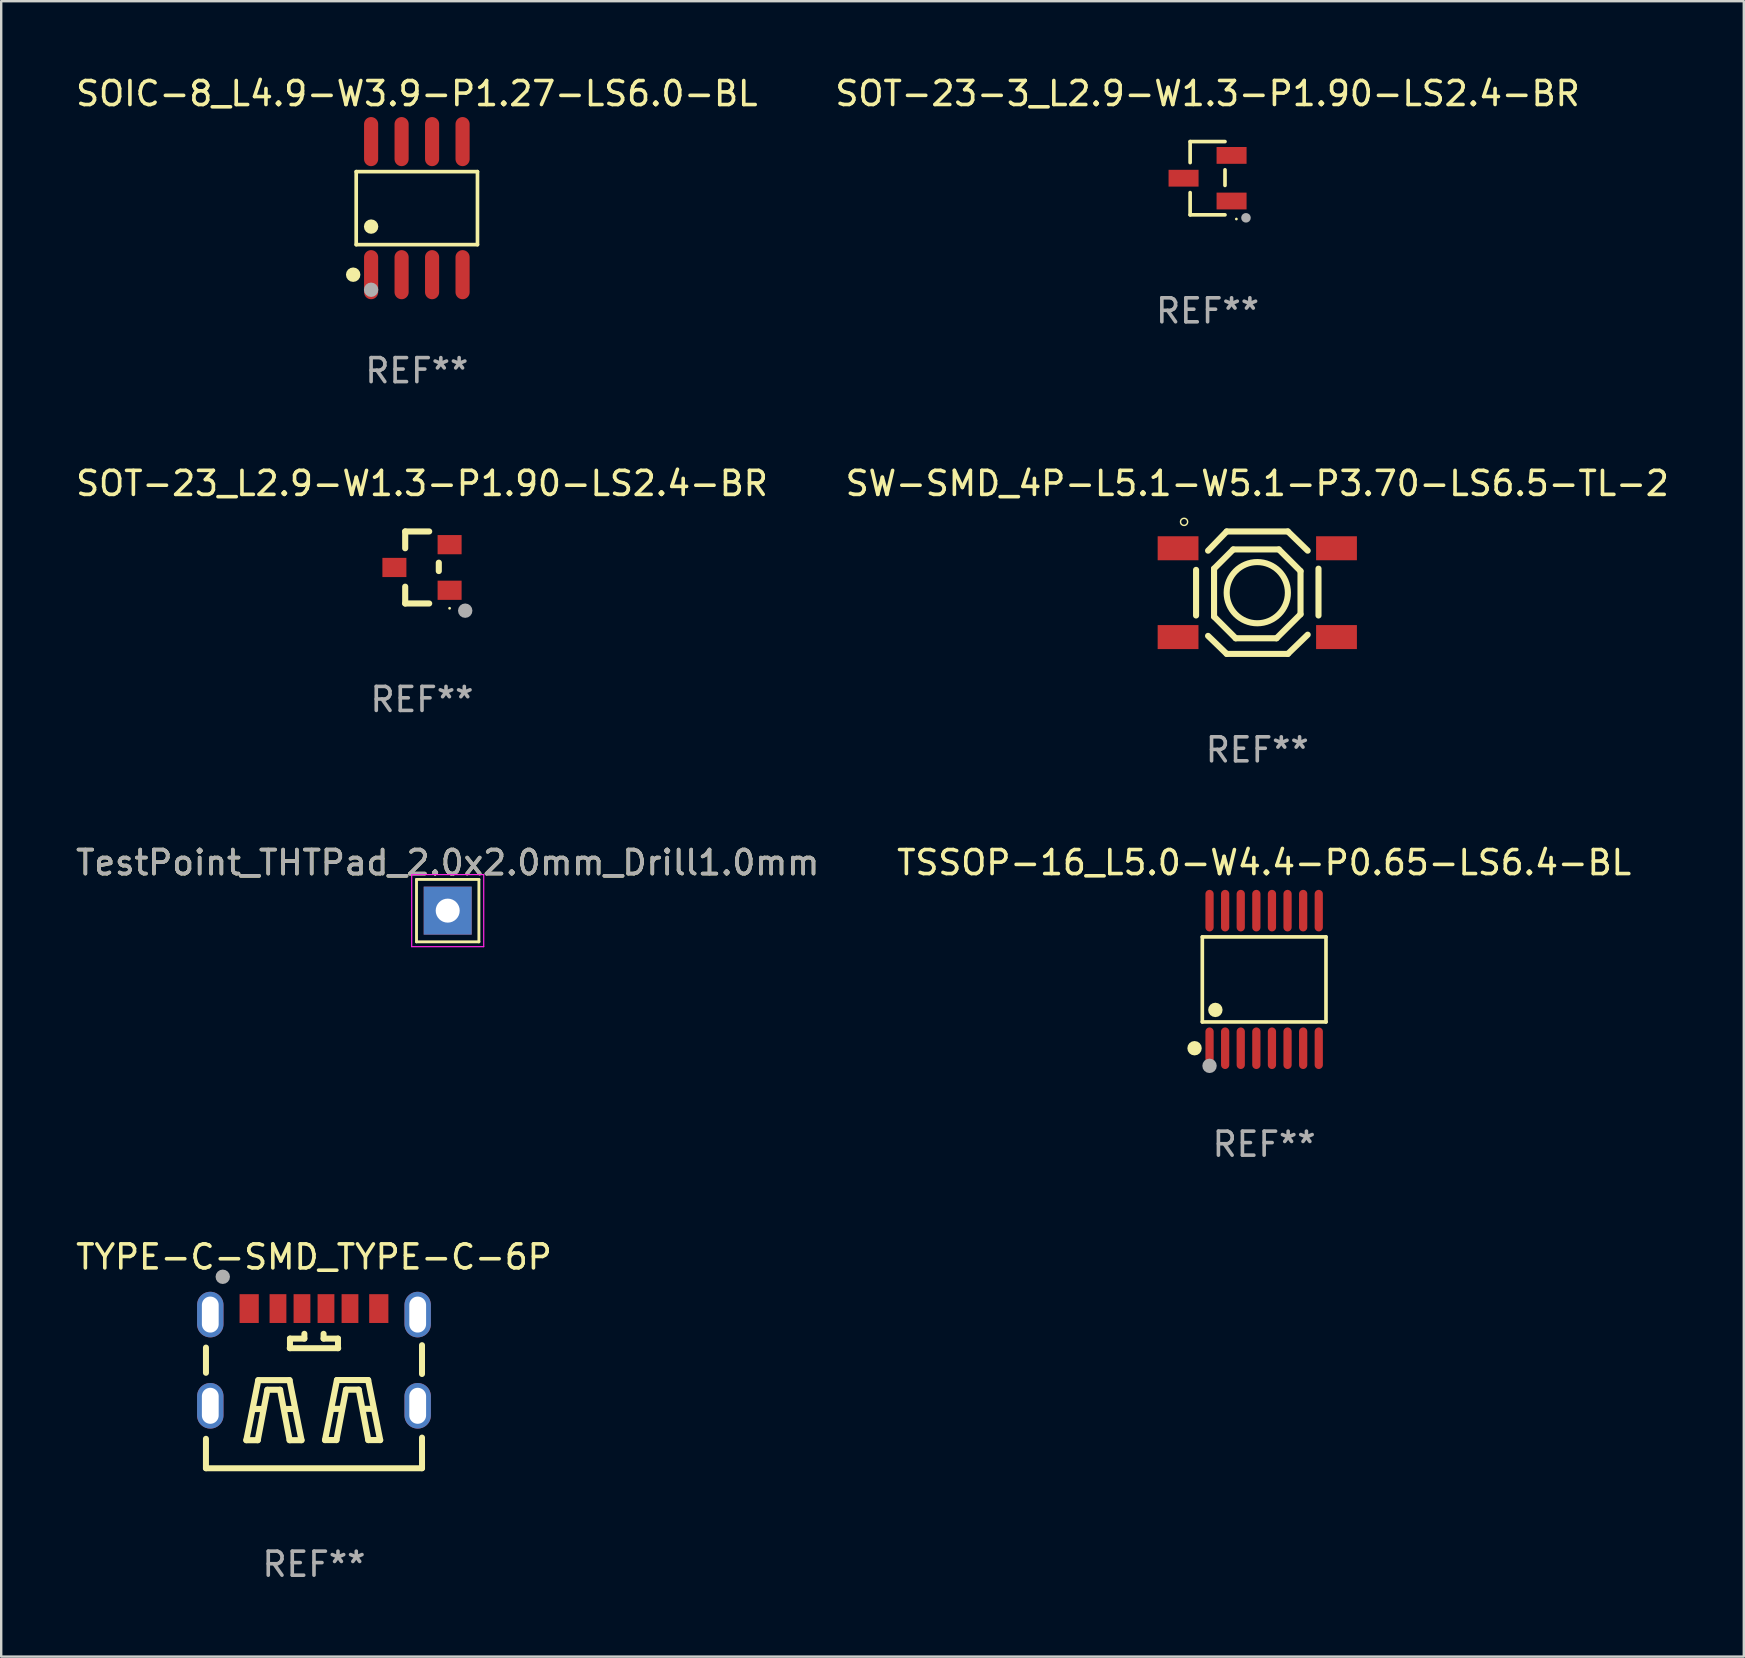
<source format=kicad_pcb>
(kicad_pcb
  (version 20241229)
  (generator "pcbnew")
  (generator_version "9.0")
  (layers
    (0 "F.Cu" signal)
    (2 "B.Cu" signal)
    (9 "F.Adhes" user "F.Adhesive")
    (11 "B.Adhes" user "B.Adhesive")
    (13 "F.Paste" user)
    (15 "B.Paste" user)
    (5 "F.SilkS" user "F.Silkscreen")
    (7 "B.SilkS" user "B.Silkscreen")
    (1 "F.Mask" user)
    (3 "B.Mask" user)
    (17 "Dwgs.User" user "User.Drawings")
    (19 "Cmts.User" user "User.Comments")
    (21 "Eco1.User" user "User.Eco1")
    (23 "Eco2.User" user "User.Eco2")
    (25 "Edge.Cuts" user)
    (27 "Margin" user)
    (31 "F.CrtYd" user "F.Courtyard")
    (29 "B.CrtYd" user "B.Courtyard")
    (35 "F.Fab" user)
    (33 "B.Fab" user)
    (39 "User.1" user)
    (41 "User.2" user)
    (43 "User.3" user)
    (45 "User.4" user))
  (footprint "TYPE-C-SMD_TYPE-C-6P"
    (layer "F.Cu")
    (at 10.03 53.489)
    (property "Reference" "TYPE-C-SMD_TYPE-C-6P" (at 0.000127 -4.175 0) (layer "F.SilkS") (effects (font (size 1 1) (thickness 0.15))))
    (attr through_hole)
    (fp_line (start -4.501 4.626) (end 4.501 4.626) (stroke (width 0.25) (type solid)) (layer "F.SilkS"))
    (fp_line (start -4.5 -0.4) (end -4.5 0.65) (stroke (width 0.25) (type solid)) (layer "F.SilkS"))
    (fp_line (start -4.5 3.4) (end -4.501 4.626) (stroke (width 0.25) (type solid)) (layer "F.SilkS"))
    (fp_line (start -2.818 3.458) (end -2.32 0.956) (stroke (width 0.254) (type solid)) (layer "F.SilkS"))
    (fp_line (start -2.518 2.158) (end -2.119 2.158) (stroke (width 0.254) (type solid)) (layer "F.SilkS"))
    (fp_line (start -2.343 3.458) (end -2.818 3.458) (stroke (width 0.254) (type solid)) (layer "F.SilkS"))
    (fp_line (start -2.32 0.956) (end -1.019 0.956) (stroke (width 0.254) (type solid)) (layer "F.SilkS"))
    (fp_line (start -1.941 1.358) (end -2.343 3.458) (stroke (width 0.254) (type solid)) (layer "F.SilkS"))
    (fp_line (start -1.413 1.358) (end -1.941 1.358) (stroke (width 0.254) (type solid)) (layer "F.SilkS"))
    (fp_line (start -1.219 2.157) (end -0.819 2.157) (stroke (width 0.254) (type solid)) (layer "F.SilkS"))
    (fp_line (start -1.019 0.956) (end -0.519 3.458) (stroke (width 0.254) (type solid)) (layer "F.SilkS"))
    (fp_line (start -1.014 3.458) (end -1.413 1.358) (stroke (width 0.254) (type solid)) (layer "F.SilkS"))
    (fp_line (start -1.01 -0.375) (end 1.01 -0.375) (stroke (width 0.25) (type solid)) (layer "F.SilkS"))
    (fp_line (start -1 -0.775) (end -0.4 -0.775) (stroke (width 0.25) (type solid)) (layer "F.SilkS"))
    (fp_line (start -1 -0.375) (end -1 -0.775) (stroke (width 0.25) (type solid)) (layer "F.SilkS"))
    (fp_line (start -0.519 3.458) (end -1.014 3.458) (stroke (width 0.254) (type solid)) (layer "F.SilkS"))
    (fp_line (start -0.4 -0.775) (end -0.4 -0.975) (stroke (width 0.25) (type solid)) (layer "F.SilkS"))
    (fp_line (start 0.4 -0.775) (end 0.4 -0.975) (stroke (width 0.25) (type solid)) (layer "F.SilkS"))
    (fp_line (start 0.459 3.453) (end 0.957 0.951) (stroke (width 0.254) (type solid)) (layer "F.SilkS"))
    (fp_line (start 0.759 2.153) (end 1.158 2.153) (stroke (width 0.254) (type solid)) (layer "F.SilkS"))
    (fp_line (start 0.934 3.453) (end 0.459 3.453) (stroke (width 0.254) (type solid)) (layer "F.SilkS"))
    (fp_line (start 0.957 0.951) (end 2.257 0.951) (stroke (width 0.254) (type solid)) (layer "F.SilkS"))
    (fp_line (start 1 -0.775) (end 0.4 -0.775) (stroke (width 0.25) (type solid)) (layer "F.SilkS"))
    (fp_line (start 1 -0.375) (end 1 -0.775) (stroke (width 0.25) (type solid)) (layer "F.SilkS"))
    (fp_line (start 1.335 1.353) (end 0.934 3.453) (stroke (width 0.254) (type solid)) (layer "F.SilkS"))
    (fp_line (start 1.864 1.353) (end 1.335 1.353) (stroke (width 0.254) (type solid)) (layer "F.SilkS"))
    (fp_line (start 2.058 2.152) (end 2.458 2.152) (stroke (width 0.254) (type solid)) (layer "F.SilkS"))
    (fp_line (start 2.257 0.951) (end 2.758 3.453) (stroke (width 0.254) (type solid)) (layer "F.SilkS"))
    (fp_line (start 2.263 3.453) (end 1.864 1.353) (stroke (width 0.254) (type solid)) (layer "F.SilkS"))
    (fp_line (start 2.758 3.453) (end 2.263 3.453) (stroke (width 0.254) (type solid)) (layer "F.SilkS"))
    (fp_line (start 4.5 0.7) (end 4.5 -0.5) (stroke (width 0.25) (type solid)) (layer "F.SilkS"))
    (fp_line (start 4.501 4.626) (end 4.5 3.35) (stroke (width 0.25) (type solid)) (layer "F.SilkS"))
    (fp_circle (center 4.47 4.625) (end 4.5 4.625) (stroke (width 0.06) (type solid)) (fill no) (layer "F.SilkS"))
    (fp_circle (center -3.8 -3.35) (end -3.65 -3.35) (stroke (width 0.3) (type solid)) (fill no) (layer "F.Fab"))
    (fp_text user "REF**" (at 0.000127 8.626 0) (layer "F.Fab") (effects (font (size 1 1) (thickness 0.15))))
    (pad "7" thru_hole oval (at -4.32 -1.775) (size 1.1 1.9) (drill oval 0.7 1.5) (layers "*.Cu" "*.Mask"))
    (pad "7" thru_hole oval (at -4.32 2.025) (size 1.1 1.9) (drill oval 0.7 1.5) (layers "*.Cu" "*.Mask"))
    (pad "7" thru_hole oval (at 4.32 -1.775) (size 1.1 1.9) (drill oval 0.7 1.5) (layers "*.Cu" "*.Mask"))
    (pad "7" thru_hole oval (at 4.32 2.025) (size 1.1 1.9) (drill oval 0.7 1.5) (layers "*.Cu" "*.Mask"))
    (pad "A5" smd rect (at -0.5 -2.025) (size 0.7 1.2) (layers "F.Cu" "F.Mask" "F.Paste"))
    (pad "A9" smd rect (at 1.5 -2.025) (size 0.7 1.2) (layers "F.Cu" "F.Mask" "F.Paste"))
    (pad "A12" smd rect (at 2.7 -2.025) (size 0.8 1.2) (layers "F.Cu" "F.Mask" "F.Paste"))
    (pad "B5" smd rect (at 0.5 -2.025) (size 0.7 1.2) (layers "F.Cu" "F.Mask" "F.Paste"))
    (pad "B9" smd rect (at -1.5 -2.025) (size 0.7 1.2) (layers "F.Cu" "F.Mask" "F.Paste"))
    (pad "B12" smd rect (at -2.7 -2.025) (size 0.8 1.2) (layers "F.Cu" "F.Mask" "F.Paste")))
  (footprint "TestPoint_THTPad_2.0x2.0mm_Drill1.0mm"
    (layer "F.Cu")
    (at 15.601 34.886)
    (property "Reference" "TestPoint_THTPad_2.0x2.0mm_Drill1.0mm" (at 0 -1.998 0) (layer "F.SilkS") (effects (font (size 1 1) (thickness 0.15))))
    (attr exclude_from_pos_files exclude_from_bom)
    (fp_line (start -1.3 -1.3) (end 1.3 -1.3) (stroke (width 0.12) (type solid)) (layer "F.SilkS"))
    (fp_line (start -1.3 1.3) (end -1.3 -1.3) (stroke (width 0.12) (type solid)) (layer "F.SilkS"))
    (fp_line (start 1.3 -1.3) (end 1.3 1.3) (stroke (width 0.12) (type solid)) (layer "F.SilkS"))
    (fp_line (start 1.3 1.3) (end -1.3 1.3) (stroke (width 0.12) (type solid)) (layer "F.SilkS"))
    (fp_line (start -1.5 -1.5) (end -1.5 1.5) (stroke (width 0.05) (type solid)) (layer "F.CrtYd"))
    (fp_line (start -1.5 -1.5) (end 1.5 -1.5) (stroke (width 0.05) (type solid)) (layer "F.CrtYd"))
    (fp_line (start 1.5 1.5) (end -1.5 1.5) (stroke (width 0.05) (type solid)) (layer "F.CrtYd"))
    (fp_line (start 1.5 1.5) (end 1.5 -1.5) (stroke (width 0.05) (type solid)) (layer "F.CrtYd"))
    (fp_text user "${REFERENCE}" (at 0 -2 0) (layer "F.Fab") (effects (font (size 1 1) (thickness 0.15))))
    (pad "1" thru_hole rect (at 0 0) (size 2 2) (drill 1) (layers "*.Cu" "*.Mask")))
  (footprint "TSSOP-16_L5.0-W4.4-P0.65-LS6.4-BL"
    (layer "F.Cu")
    (at 49.613 37.752)
    (property "Reference" "TSSOP-16_L5.0-W4.4-P0.65-LS6.4-BL" (at 0 -4.866 0) (layer "F.SilkS") (effects (font (size 1 1) (thickness 0.15))))
    (attr smd)
    (fp_line (start -2.576 -1.772) (end 2.576 -1.772) (stroke (width 0.152) (type solid)) (layer "F.SilkS"))
    (fp_line (start -2.576 1.771) (end -2.576 -1.772) (stroke (width 0.152) (type solid)) (layer "F.SilkS"))
    (fp_line (start 2.576 -1.772) (end 2.576 1.771) (stroke (width 0.152) (type solid)) (layer "F.SilkS"))
    (fp_line (start 2.576 1.771) (end -2.576 1.771) (stroke (width 0.152) (type solid)) (layer "F.SilkS"))
    (fp_circle (center -2.899 2.866) (end -2.749 2.866) (stroke (width 0.3) (type solid)) (fill no) (layer "F.SilkS"))
    (fp_circle (center -2.032 1.27) (end -1.882 1.27) (stroke (width 0.3) (type solid)) (fill no) (layer "F.SilkS"))
    (fp_circle (center -2.275 3.6) (end -2.125 3.6) (stroke (width 0.3) (type solid)) (fill no) (layer "F.Fab"))
    (fp_text user "REF**" (at 0 6.866 0) (layer "F.Fab") (effects (font (size 1 1) (thickness 0.15))))
    (pad "1" smd oval (at -2.275 2.866) (size 0.343 1.731) (layers "F.Cu" "F.Mask" "F.Paste"))
    (pad "2" smd oval (at -1.625 2.866) (size 0.343 1.731) (layers "F.Cu" "F.Mask" "F.Paste"))
    (pad "3" smd oval (at -0.975 2.866) (size 0.343 1.731) (layers "F.Cu" "F.Mask" "F.Paste"))
    (pad "4" smd oval (at -0.325 2.866) (size 0.343 1.731) (layers "F.Cu" "F.Mask" "F.Paste"))
    (pad "5" smd oval (at 0.325 2.866) (size 0.343 1.731) (layers "F.Cu" "F.Mask" "F.Paste"))
    (pad "6" smd oval (at 0.975 2.866) (size 0.343 1.731) (layers "F.Cu" "F.Mask" "F.Paste"))
    (pad "7" smd oval (at 1.625 2.866) (size 0.343 1.731) (layers "F.Cu" "F.Mask" "F.Paste"))
    (pad "8" smd oval (at 2.275 2.866) (size 0.343 1.731) (layers "F.Cu" "F.Mask" "F.Paste"))
    (pad "9" smd oval (at 2.275 -2.866) (size 0.343 1.731) (layers "F.Cu" "F.Mask" "F.Paste"))
    (pad "10" smd oval (at 1.625 -2.866) (size 0.343 1.731) (layers "F.Cu" "F.Mask" "F.Paste"))
    (pad "11" smd oval (at 0.975 -2.866) (size 0.343 1.731) (layers "F.Cu" "F.Mask" "F.Paste"))
    (pad "12" smd oval (at 0.325 -2.866) (size 0.343 1.731) (layers "F.Cu" "F.Mask" "F.Paste"))
    (pad "13" smd oval (at -0.325 -2.866) (size 0.343 1.731) (layers "F.Cu" "F.Mask" "F.Paste"))
    (pad "14" smd oval (at -0.975 -2.866) (size 0.343 1.731) (layers "F.Cu" "F.Mask" "F.Paste"))
    (pad "15" smd oval (at -1.625 -2.866) (size 0.343 1.731) (layers "F.Cu" "F.Mask" "F.Paste"))
    (pad "16" smd oval (at -2.275 -2.866) (size 0.343 1.731) (layers "F.Cu" "F.Mask" "F.Paste")))
  (footprint "SOIC-8_L4.9-W3.9-P1.27-LS6.0-BL"
    (layer "F.Cu")
    (at 14.315 5.621)
    (property "Reference" "SOIC-8_L4.9-W3.9-P1.27-LS6.0-BL" (at 0 -4.772 0) (layer "F.SilkS") (effects (font (size 1 1) (thickness 0.15))))
    (attr smd)
    (fp_line (start -2.526 -1.521) (end 2.526 -1.521) (stroke (width 0.152) (type solid)) (layer "F.SilkS"))
    (fp_line (start -2.526 1.521) (end -2.526 -1.521) (stroke (width 0.152) (type solid)) (layer "F.SilkS"))
    (fp_line (start 2.526 -1.521) (end 2.526 1.521) (stroke (width 0.152) (type solid)) (layer "F.SilkS"))
    (fp_line (start 2.526 1.521) (end -2.526 1.521) (stroke (width 0.152) (type solid)) (layer "F.SilkS"))
    (fp_circle (center -2.652 2.772) (end -2.501 2.772) (stroke (width 0.3) (type solid)) (fill no) (layer "F.SilkS"))
    (fp_circle (center -1.905 0.769) (end -1.755 0.769) (stroke (width 0.3) (type solid)) (fill no) (layer "F.SilkS"))
    (fp_circle (center -1.905 3.4) (end -1.755 3.4) (stroke (width 0.3) (type solid)) (fill no) (layer "F.Fab"))
    (fp_text user "REF**" (at 0 6.772 0) (layer "F.Fab") (effects (font (size 1 1) (thickness 0.15))))
    (pad "1" smd oval (at -1.905 2.772) (size 0.588 2.045) (layers "F.Cu" "F.Mask" "F.Paste"))
    (pad "2" smd oval (at -0.635 2.772) (size 0.588 2.045) (layers "F.Cu" "F.Mask" "F.Paste"))
    (pad "3" smd oval (at 0.635 2.772) (size 0.588 2.045) (layers "F.Cu" "F.Mask" "F.Paste"))
    (pad "4" smd oval (at 1.905 2.772) (size 0.588 2.045) (layers "F.Cu" "F.Mask" "F.Paste"))
    (pad "5" smd oval (at 1.905 -2.772) (size 0.588 2.045) (layers "F.Cu" "F.Mask" "F.Paste"))
    (pad "6" smd oval (at 0.635 -2.772) (size 0.588 2.045) (layers "F.Cu" "F.Mask" "F.Paste"))
    (pad "7" smd oval (at -0.635 -2.772) (size 0.588 2.045) (layers "F.Cu" "F.Mask" "F.Paste"))
    (pad "8" smd oval (at -1.905 -2.772) (size 0.588 2.045) (layers "F.Cu" "F.Mask" "F.Paste")))
  (footprint "SW-SMD_4P-L5.1-W5.1-P3.70-LS6.5-TL-2"
    (layer "F.Cu")
    (at 49.327 21.64)
    (property "Reference" "SW-SMD_4P-L5.1-W5.1-P3.70-LS6.5-TL-2" (at 0 -4.55 0) (layer "F.SilkS") (effects (font (size 1 1) (thickness 0.15))))
    (attr smd)
    (fp_line (start -2.55 -0.95) (end -2.55 0.95) (stroke (width 0.254) (type solid)) (layer "F.SilkS"))
    (fp_line (start -2.05 1.8) (end -1.275 2.55) (stroke (width 0.254) (type solid)) (layer "F.SilkS"))
    (fp_line (start -1.801 -1.001) (end -1.001 -1.801) (stroke (width 0.254) (type solid)) (layer "F.SilkS"))
    (fp_line (start -1.801 0.998) (end -1.801 -1.001) (stroke (width 0.254) (type solid)) (layer "F.SilkS"))
    (fp_line (start -1.275 -2.55) (end -2.05 -1.75) (stroke (width 0.254) (type solid)) (layer "F.SilkS"))
    (fp_line (start -1.275 -2.55) (end 1.275 -2.55) (stroke (width 0.254) (type solid)) (layer "F.SilkS"))
    (fp_line (start -1.275 2.55) (end 1.275 2.55) (stroke (width 0.254) (type solid)) (layer "F.SilkS"))
    (fp_line (start -1.001 -1.801) (end 0.899 -1.801) (stroke (width 0.254) (type solid)) (layer "F.SilkS"))
    (fp_line (start -0.899 1.9) (end -1.801 0.998) (stroke (width 0.254) (type solid)) (layer "F.SilkS"))
    (fp_line (start 0.8 1.9) (end -0.899 1.9) (stroke (width 0.254) (type solid)) (layer "F.SilkS"))
    (fp_line (start 0.899 -1.801) (end 1.801 -0.899) (stroke (width 0.254) (type solid)) (layer "F.SilkS"))
    (fp_line (start 1.275 -2.55) (end 2.1 -1.75) (stroke (width 0.254) (type solid)) (layer "F.SilkS"))
    (fp_line (start 1.801 -0.899) (end 1.801 0.899) (stroke (width 0.254) (type solid)) (layer "F.SilkS"))
    (fp_line (start 1.801 0.899) (end 0.8 1.9) (stroke (width 0.254) (type solid)) (layer "F.SilkS"))
    (fp_line (start 2.1 1.75) (end 1.275 2.55) (stroke (width 0.254) (type solid)) (layer "F.SilkS"))
    (fp_line (start 2.55 -1) (end 2.55 0.95) (stroke (width 0.254) (type solid)) (layer "F.SilkS"))
    (fp_circle (center -3.05 -2.95) (end -2.9 -2.95) (stroke (width 0.06) (type solid)) (fill no) (layer "F.SilkS"))
    (fp_circle (center 0 0) (end 1.275 0) (stroke (width 0.254) (type solid)) (fill no) (layer "F.SilkS"))
    (fp_text user "REF**" (at 0 6.55 0) (layer "F.Fab") (effects (font (size 1 1) (thickness 0.15))))
    (pad "1" smd rect (at -3.3 -1.85) (size 1.7 1) (layers "F.Cu" "F.Mask" "F.Paste"))
    (pad "2" smd rect (at 3.3 -1.85) (size 1.7 1) (layers "F.Cu" "F.Mask" "F.Paste"))
    (pad "3" smd rect (at -3.3 1.85) (size 1.7 1) (layers "F.Cu" "F.Mask" "F.Paste"))
    (pad "4" smd rect (at 3.3 1.85) (size 1.7 1) (layers "F.Cu" "F.Mask" "F.Paste")))
  (footprint "SOT-23_L2.9-W1.3-P1.90-LS2.4-BR"
    (layer "F.Cu")
    (at 14.53 20.59)
    (property "Reference" "SOT-23_L2.9-W1.3-P1.90-LS2.4-BR" (at 0 -3.5 0) (layer "F.SilkS") (effects (font (size 1 1) (thickness 0.15))))
    (attr smd)
    (fp_line (start -0.7 -1.5) (end 0.3 -1.5) (stroke (width 0.254) (type solid)) (layer "F.SilkS"))
    (fp_line (start -0.7 -0.8) (end -0.7 -1.5) (stroke (width 0.254) (type solid)) (layer "F.SilkS"))
    (fp_line (start -0.7 1.5) (end -0.7 0.8) (stroke (width 0.254) (type solid)) (layer "F.SilkS"))
    (fp_line (start -0.7 1.5) (end 0.3 1.5) (stroke (width 0.254) (type solid)) (layer "F.SilkS"))
    (fp_line (start 0.7 0.15) (end 0.7 -0.2) (stroke (width 0.254) (type solid)) (layer "F.SilkS"))
    (fp_circle (center 1.15 1.7) (end 1.18 1.7) (stroke (width 0.06) (type solid)) (fill no) (layer "F.SilkS"))
    (fp_circle (center 1.8 1.8) (end 1.95 1.8) (stroke (width 0.3) (type solid)) (fill no) (layer "F.Fab"))
    (fp_text user "REF**" (at 0 5.5 0) (layer "F.Fab") (effects (font (size 1 1) (thickness 0.15))))
    (pad "1" smd rect (at 1.15 0.95 180) (size 1 0.8) (layers "F.Cu" "F.Mask" "F.Paste"))
    (pad "2" smd rect (at 1.15 -0.95 180) (size 1 0.8) (layers "F.Cu" "F.Mask" "F.Paste"))
    (pad "3" smd rect (at -1.15 -0.000051 180) (size 1 0.8) (layers "F.Cu" "F.Mask" "F.Paste")))
  (footprint "SOT-23-3_L2.9-W1.3-P1.90-LS2.4-BR"
    (layer "F.Cu")
    (at 47.256 4.374)
    (property "Reference" "SOT-23-3_L2.9-W1.3-P1.90-LS2.4-BR" (at 0 -3.526 0) (layer "F.SilkS") (effects (font (size 1 1) (thickness 0.15))))
    (attr smd)
    (fp_line (start -0.726 -1.526) (end -0.726 -0.65) (stroke (width 0.152) (type solid)) (layer "F.SilkS"))
    (fp_line (start -0.726 1.526) (end -0.726 0.6) (stroke (width 0.152) (type solid)) (layer "F.SilkS"))
    (fp_line (start 0.726 -1.526) (end -0.726 -1.526) (stroke (width 0.152) (type solid)) (layer "F.SilkS"))
    (fp_line (start 0.726 -0.35) (end 0.726 0.3) (stroke (width 0.152) (type solid)) (layer "F.SilkS"))
    (fp_line (start 0.726 1.526) (end -0.726 1.526) (stroke (width 0.152) (type solid)) (layer "F.SilkS"))
    (fp_circle (center 1.2 1.7) (end 1.23 1.7) (stroke (width 0.06) (type solid)) (fill no) (layer "F.SilkS"))
    (fp_circle (center 1.6 1.65) (end 1.7 1.65) (stroke (width 0.2) (type solid)) (fill no) (layer "F.Fab"))
    (fp_text user "REF**" (at 0 5.526 0) (layer "F.Fab") (effects (font (size 1 1) (thickness 0.15))))
    (pad "1" smd rect (at 1 0.95) (size 1.25 0.7) (layers "F.Cu" "F.Mask" "F.Paste"))
    (pad "2" smd rect (at 1 -0.95) (size 1.25 0.7) (layers "F.Cu" "F.Mask" "F.Paste"))
    (pad "3" smd rect (at -1 0) (size 1.25 0.7) (layers "F.Cu" "F.Mask" "F.Paste")))
  (gr_rect
    (start -3 -3)
    (end 69.595 65.963)
    (stroke (width 0.1) (type default))
    (fill no)
    (layer "Edge.Cuts")))
</source>
